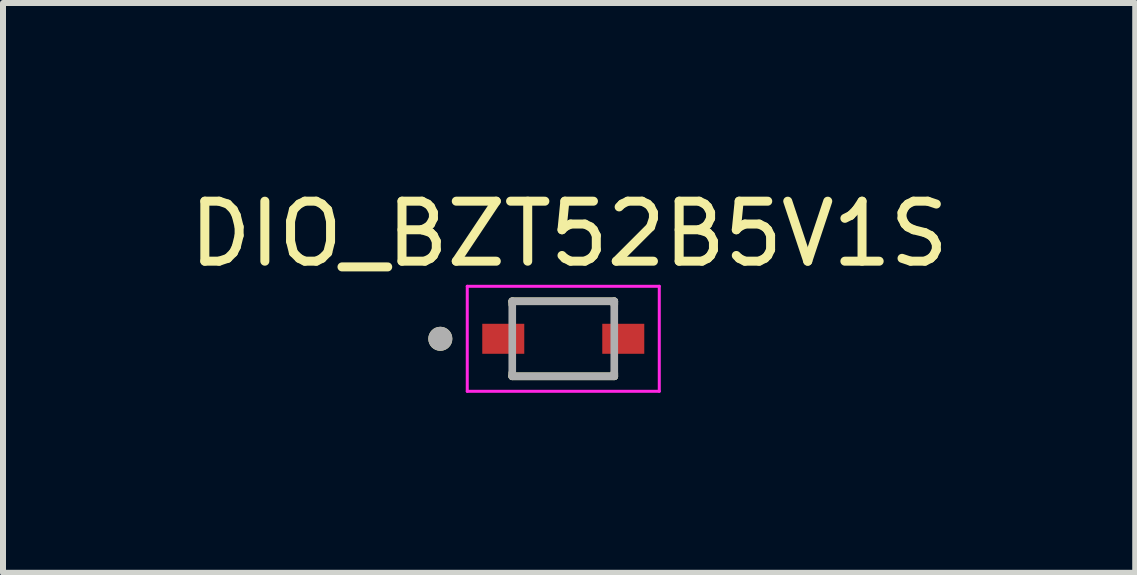
<source format=kicad_pcb>
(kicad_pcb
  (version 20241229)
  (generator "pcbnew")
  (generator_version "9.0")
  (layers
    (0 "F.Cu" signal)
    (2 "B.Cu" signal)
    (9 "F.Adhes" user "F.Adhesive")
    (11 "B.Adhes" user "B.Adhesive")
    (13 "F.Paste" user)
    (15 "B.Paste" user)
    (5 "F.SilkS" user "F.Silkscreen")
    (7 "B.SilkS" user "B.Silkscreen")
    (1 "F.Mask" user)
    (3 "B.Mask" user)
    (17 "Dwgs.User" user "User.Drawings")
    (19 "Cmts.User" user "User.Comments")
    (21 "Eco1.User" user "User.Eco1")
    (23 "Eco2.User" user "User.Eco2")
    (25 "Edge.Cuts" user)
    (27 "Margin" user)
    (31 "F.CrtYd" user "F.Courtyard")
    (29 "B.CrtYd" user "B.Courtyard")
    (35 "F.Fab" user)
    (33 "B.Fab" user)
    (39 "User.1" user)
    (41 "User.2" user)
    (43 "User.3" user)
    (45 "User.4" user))
  (footprint "DIO_BZT52B5V1S"
    (layer "F.Cu")
    (at 6.337 2.596)
    (property "Reference" "DIO_BZT52B5V1S" (at 0.098 -1.748 0) (layer "F.SilkS") (effects (font (size 1 1) (thickness 0.15))))
    (attr smd)
    (fp_line (start -0.85 -0.625) (end 0.85 -0.625) (stroke (width 0.127) (type solid)) (layer "F.SilkS"))
    (fp_line (start -0.85 -0.57) (end -0.85 -0.625) (stroke (width 0.127) (type solid)) (layer "F.SilkS"))
    (fp_line (start -0.85 0.57) (end -0.85 0.625) (stroke (width 0.127) (type solid)) (layer "F.SilkS"))
    (fp_line (start 0.85 -0.57) (end 0.85 -0.625) (stroke (width 0.127) (type solid)) (layer "F.SilkS"))
    (fp_line (start 0.85 0.57) (end 0.85 0.625) (stroke (width 0.127) (type solid)) (layer "F.SilkS"))
    (fp_line (start 0.85 0.625) (end -0.85 0.625) (stroke (width 0.127) (type solid)) (layer "F.SilkS"))
    (fp_circle (center -2.049 0) (end -1.949 0) (stroke (width 0.2) (type solid)) (fill no) (layer "F.SilkS"))
    (fp_line (start -1.6 -0.875) (end -1.6 0.875) (stroke (width 0.05) (type solid)) (layer "F.CrtYd"))
    (fp_line (start -1.6 0.875) (end 1.6 0.875) (stroke (width 0.05) (type solid)) (layer "F.CrtYd"))
    (fp_line (start 1.6 -0.875) (end -1.6 -0.875) (stroke (width 0.05) (type solid)) (layer "F.CrtYd"))
    (fp_line (start 1.6 0.875) (end 1.6 -0.875) (stroke (width 0.05) (type solid)) (layer "F.CrtYd"))
    (fp_line (start -0.85 -0.625) (end 0.85 -0.625) (stroke (width 0.127) (type solid)) (layer "F.Fab"))
    (fp_line (start -0.85 0.625) (end -0.85 -0.625) (stroke (width 0.127) (type solid)) (layer "F.Fab"))
    (fp_line (start 0.85 -0.625) (end 0.85 0.625) (stroke (width 0.127) (type solid)) (layer "F.Fab"))
    (fp_line (start 0.85 0.625) (end -0.85 0.625) (stroke (width 0.127) (type solid)) (layer "F.Fab"))
    (fp_circle (center -2.049 0) (end -1.949 0) (stroke (width 0.2) (type solid)) (fill no) (layer "F.Fab"))
    (pad "A" smd rect (at 1 0) (size 0.7 0.5) (layers "F.Cu" "F.Mask" "F.Paste"))
    (pad "C" smd rect (at -1 0) (size 0.7 0.5) (layers "F.Cu" "F.Mask" "F.Paste")))
  (gr_rect
    (start -3 -3)
    (end 15.869 6.496)
    (stroke (width 0.1) (type default))
    (fill no)
    (layer "Edge.Cuts")))
</source>
